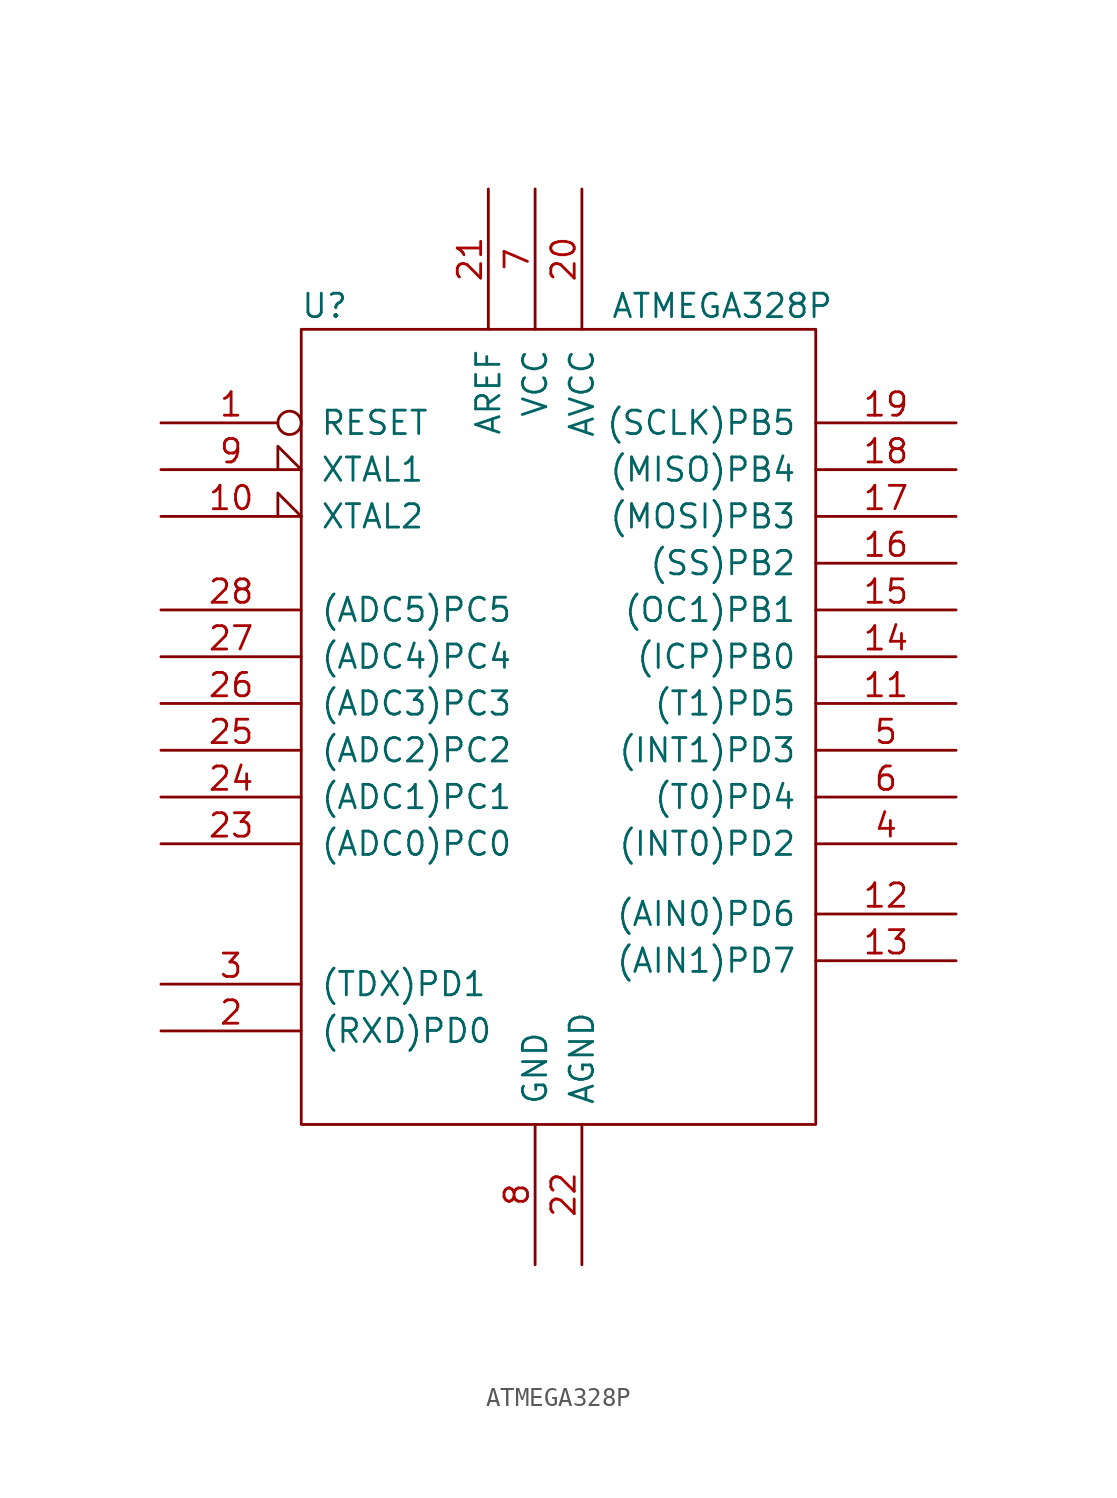
<source format=kicad_sym>
(kicad_symbol_lib
  (version 20220914)
  (generator kicad_symbol_editor)
  (symbol "ATMEGA328P"
    (pin_names
      (offset 1.016))
    (property "Reference" "U"
      (at -12.7 22.86 0)
      (effects (font (size 1.27 1.27))))
    (property "Value" "ATMEGA328P"
      (at 8.89 22.86 0)
      (effects (font (size 1.27 1.27))))
    (symbol "ATMEGA328P_1_0"
      (rectangle (start -13.97 21.59) (end 13.97 -21.59) (stroke (width 0) (type solid)) (fill (type none))))
    (symbol "ATMEGA328P_1_1"
      (pin input inverted (at -21.59 16.51 0) (length 7.62) (name "RESET" (effects (font (size 1.27 1.27)))) (number "1" (effects (font (size 1.27 1.27)))))
      (pin input input_low (at -21.59 11.43 0) (length 7.62) (name "XTAL2" (effects (font (size 1.27 1.27)))) (number "10" (effects (font (size 1.27 1.27)))))
      (pin bidirectional line (at 21.59 1.27 180) (length 7.62) (name "(T1)PD5" (effects (font (size 1.27 1.27)))) (number "11" (effects (font (size 1.27 1.27)))))
      (pin bidirectional line (at 21.59 -10.16 180) (length 7.62) (name "(AIN0)PD6" (effects (font (size 1.27 1.27)))) (number "12" (effects (font (size 1.27 1.27)))))
      (pin bidirectional line (at 21.59 -12.7 180) (length 7.62) (name "(AIN1)PD7" (effects (font (size 1.27 1.27)))) (number "13" (effects (font (size 1.27 1.27)))))
      (pin bidirectional line (at 21.59 3.81 180) (length 7.62) (name "(ICP)PB0" (effects (font (size 1.27 1.27)))) (number "14" (effects (font (size 1.27 1.27)))))
      (pin bidirectional line (at 21.59 6.35 180) (length 7.62) (name "(OC1)PB1" (effects (font (size 1.27 1.27)))) (number "15" (effects (font (size 1.27 1.27)))))
      (pin bidirectional line (at 21.59 8.89 180) (length 7.62) (name "(SS)PB2" (effects (font (size 1.27 1.27)))) (number "16" (effects (font (size 1.27 1.27)))))
      (pin bidirectional line (at 21.59 11.43 180) (length 7.62) (name "(MOSI)PB3" (effects (font (size 1.27 1.27)))) (number "17" (effects (font (size 1.27 1.27)))))
      (pin bidirectional line (at 21.59 13.97 180) (length 7.62) (name "(MISO)PB4" (effects (font (size 1.27 1.27)))) (number "18" (effects (font (size 1.27 1.27)))))
      (pin bidirectional line (at 21.59 16.51 180) (length 7.62) (name "(SCLK)PB5" (effects (font (size 1.27 1.27)))) (number "19" (effects (font (size 1.27 1.27)))))
      (pin bidirectional line (at -21.59 -16.51 0) (length 7.62) (name "(RXD)PD0" (effects (font (size 1.27 1.27)))) (number "2" (effects (font (size 1.27 1.27)))))
      (pin power_in line (at 1.27 29.21 270) (length 7.62) (name "AVCC" (effects (font (size 1.27 1.27)))) (number "20" (effects (font (size 1.27 1.27)))))
      (pin input line (at -3.81 29.21 270) (length 7.62) (name "AREF" (effects (font (size 1.27 1.27)))) (number "21" (effects (font (size 1.27 1.27)))))
      (pin power_in line (at 1.27 -29.21 90) (length 7.62) (name "AGND" (effects (font (size 1.27 1.27)))) (number "22" (effects (font (size 1.27 1.27)))))
      (pin bidirectional line (at -21.59 -6.35 0) (length 7.62) (name "(ADC0)PC0" (effects (font (size 1.27 1.27)))) (number "23" (effects (font (size 1.27 1.27)))))
      (pin bidirectional line (at -21.59 -3.81 0) (length 7.62) (name "(ADC1)PC1" (effects (font (size 1.27 1.27)))) (number "24" (effects (font (size 1.27 1.27)))))
      (pin bidirectional line (at -21.59 -1.27 0) (length 7.62) (name "(ADC2)PC2" (effects (font (size 1.27 1.27)))) (number "25" (effects (font (size 1.27 1.27)))))
      (pin bidirectional line (at -21.59 1.27 0) (length 7.62) (name "(ADC3)PC3" (effects (font (size 1.27 1.27)))) (number "26" (effects (font (size 1.27 1.27)))))
      (pin bidirectional line (at -21.59 3.81 0) (length 7.62) (name "(ADC4)PC4" (effects (font (size 1.27 1.27)))) (number "27" (effects (font (size 1.27 1.27)))))
      (pin bidirectional line (at -21.59 6.35 0) (length 7.62) (name "(ADC5)PC5" (effects (font (size 1.27 1.27)))) (number "28" (effects (font (size 1.27 1.27)))))
      (pin bidirectional line (at -21.59 -13.97 0) (length 7.62) (name "(TDX)PD1" (effects (font (size 1.27 1.27)))) (number "3" (effects (font (size 1.27 1.27)))))
      (pin bidirectional line (at 21.59 -6.35 180) (length 7.62) (name "(INT0)PD2" (effects (font (size 1.27 1.27)))) (number "4" (effects (font (size 1.27 1.27)))))
      (pin input line (at 21.59 -1.27 180) (length 7.62) (name "(INT1)PD3" (effects (font (size 1.27 1.27)))) (number "5" (effects (font (size 1.27 1.27)))))
      (pin input line (at 21.59 -3.81 180) (length 7.62) (name "(T0)PD4" (effects (font (size 1.27 1.27)))) (number "6" (effects (font (size 1.27 1.27)))))
      (pin power_in line (at -1.27 29.21 270) (length 7.62) (name "VCC" (effects (font (size 1.27 1.27)))) (number "7" (effects (font (size 1.27 1.27)))))
      (pin power_in line (at -1.27 -29.21 90) (length 7.62) (name "GND" (effects (font (size 1.27 1.27)))) (number "8" (effects (font (size 1.27 1.27)))))
      (pin input input_low (at -21.59 13.97 0) (length 7.62) (name "XTAL1" (effects (font (size 1.27 1.27)))) (number "9" (effects (font (size 1.27 1.27))))))))
</source>
